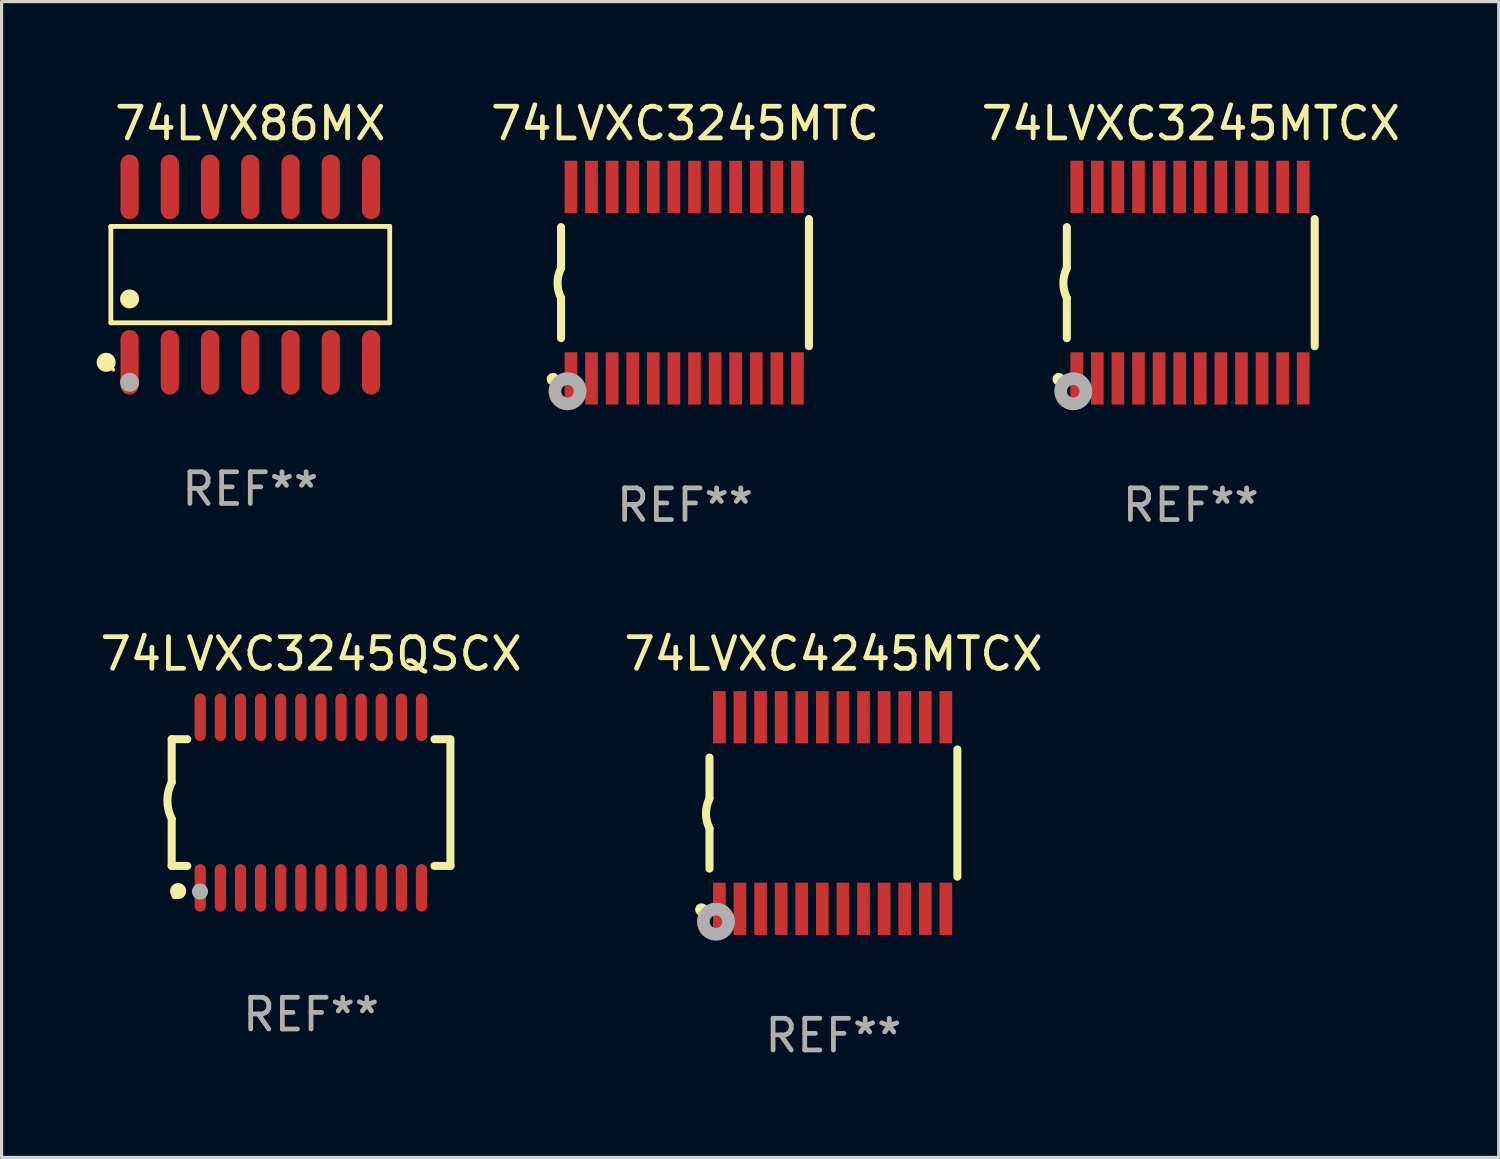
<source format=kicad_pcb>
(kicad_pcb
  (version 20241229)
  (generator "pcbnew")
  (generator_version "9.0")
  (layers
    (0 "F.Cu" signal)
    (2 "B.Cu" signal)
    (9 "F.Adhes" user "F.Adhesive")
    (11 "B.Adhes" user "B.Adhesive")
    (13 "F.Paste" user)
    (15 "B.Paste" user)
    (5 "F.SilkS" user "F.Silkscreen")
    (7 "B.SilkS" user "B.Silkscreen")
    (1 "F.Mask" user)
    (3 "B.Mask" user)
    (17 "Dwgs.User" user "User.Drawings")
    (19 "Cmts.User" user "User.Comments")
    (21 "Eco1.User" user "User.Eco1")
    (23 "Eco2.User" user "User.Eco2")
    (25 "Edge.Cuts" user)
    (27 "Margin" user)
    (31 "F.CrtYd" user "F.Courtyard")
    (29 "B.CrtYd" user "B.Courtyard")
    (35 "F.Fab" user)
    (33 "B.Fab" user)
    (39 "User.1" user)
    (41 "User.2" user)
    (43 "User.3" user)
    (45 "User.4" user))
  (footprint "74LVXC4245MTCX"
    (layer "F.Cu")
    (at 23.256 22.613)
    (property "Reference" "74LVXC4245MTCX" (at 0 -5.023 0) (layer "F.SilkS") (effects (font (size 1 1) (thickness 0.15))))
    (attr through_hole)
    (fp_line (start -3.912 -0.483) (end -3.912 -1.753) (stroke (width 0.254) (type solid)) (layer "F.SilkS"))
    (fp_line (start -3.912 1.753) (end -3.912 0.483) (stroke (width 0.254) (type solid)) (layer "F.SilkS"))
    (fp_line (start 3.912 -2.007) (end 3.912 2.007) (stroke (width 0.254) (type solid)) (layer "F.SilkS"))
    (fp_arc (start -3.911608 0.482601) (mid -4.022537 0.0127) (end -3.911608 -0.457201) (stroke (width 0.254001) (type solid)) (layer "F.SilkS"))
    (fp_circle (center -4.166 3.048) (end -4.066 3.048) (stroke (width 0.2) (type solid)) (fill no) (layer "F.SilkS"))
    (fp_circle (center -3.925 3.186) (end -3.895 3.186) (stroke (width 0.06) (type solid)) (fill no) (layer "F.SilkS"))
    (fp_circle (center -3.708 3.429) (end -3.509 3.429) (stroke (width 0.4) (type solid)) (fill no) (layer "F.Fab"))
    (fp_text user "REF**" (at 0 7.023 0) (layer "F.Fab") (effects (font (size 1 1) (thickness 0.15))))
    (pad "1" smd rect (at -3.6 3.023) (size 0.4 1.65) (layers "F.Cu" "F.Mask" "F.Paste"))
    (pad "2" smd rect (at -2.95 3.023) (size 0.4 1.65) (layers "F.Cu" "F.Mask" "F.Paste"))
    (pad "3" smd rect (at -2.3 3.023) (size 0.4 1.65) (layers "F.Cu" "F.Mask" "F.Paste"))
    (pad "4" smd rect (at -1.65 3.023) (size 0.4 1.65) (layers "F.Cu" "F.Mask" "F.Paste"))
    (pad "5" smd rect (at -1 3.023) (size 0.4 1.65) (layers "F.Cu" "F.Mask" "F.Paste"))
    (pad "6" smd rect (at -0.35 3.023) (size 0.4 1.65) (layers "F.Cu" "F.Mask" "F.Paste"))
    (pad "7" smd rect (at 0.299 3.023) (size 0.4 1.65) (layers "F.Cu" "F.Mask" "F.Paste"))
    (pad "8" smd rect (at 0.95 3.023) (size 0.4 1.65) (layers "F.Cu" "F.Mask" "F.Paste"))
    (pad "9" smd rect (at 1.6 3.023) (size 0.4 1.65) (layers "F.Cu" "F.Mask" "F.Paste"))
    (pad "10" smd rect (at 2.25 3.023) (size 0.4 1.65) (layers "F.Cu" "F.Mask" "F.Paste"))
    (pad "11" smd rect (at 2.9 3.023) (size 0.4 1.65) (layers "F.Cu" "F.Mask" "F.Paste"))
    (pad "12" smd rect (at 3.549 3.023) (size 0.4 1.65) (layers "F.Cu" "F.Mask" "F.Paste"))
    (pad "13" smd rect (at 3.549 -3.023) (size 0.4 1.65) (layers "F.Cu" "F.Mask" "F.Paste"))
    (pad "14" smd rect (at 2.9 -3.023) (size 0.4 1.65) (layers "F.Cu" "F.Mask" "F.Paste"))
    (pad "15" smd rect (at 2.25 -3.023) (size 0.4 1.65) (layers "F.Cu" "F.Mask" "F.Paste"))
    (pad "16" smd rect (at 1.6 -3.023) (size 0.4 1.65) (layers "F.Cu" "F.Mask" "F.Paste"))
    (pad "17" smd rect (at 0.95 -3.023) (size 0.4 1.65) (layers "F.Cu" "F.Mask" "F.Paste"))
    (pad "18" smd rect (at 0.299 -3.023) (size 0.4 1.65) (layers "F.Cu" "F.Mask" "F.Paste"))
    (pad "19" smd rect (at -0.35 -3.023) (size 0.4 1.65) (layers "F.Cu" "F.Mask" "F.Paste"))
    (pad "20" smd rect (at -1 -3.023) (size 0.4 1.65) (layers "F.Cu" "F.Mask" "F.Paste"))
    (pad "21" smd rect (at -1.65 -3.023) (size 0.4 1.65) (layers "F.Cu" "F.Mask" "F.Paste"))
    (pad "22" smd rect (at -2.3 -3.023) (size 0.4 1.65) (layers "F.Cu" "F.Mask" "F.Paste"))
    (pad "23" smd rect (at -2.95 -3.023) (size 0.4 1.65) (layers "F.Cu" "F.Mask" "F.Paste"))
    (pad "24" smd rect (at -3.6 -3.023) (size 0.4 1.65) (layers "F.Cu" "F.Mask" "F.Paste")))
  (footprint "74LVX86MX"
    (layer "F.Cu")
    (at 4.85 5.617)
    (property "Reference" "74LVX86MX" (at 0 -4.769 0) (layer "F.SilkS") (effects (font (size 1 1) (thickness 0.15))))
    (attr through_hole)
    (fp_line (start -4.401 -1.521) (end 4.401 -1.521) (stroke (width 0.152) (type solid)) (layer "F.SilkS"))
    (fp_line (start -4.401 1.521) (end -4.401 -1.521) (stroke (width 0.152) (type solid)) (layer "F.SilkS"))
    (fp_line (start 4.401 -1.521) (end 4.401 1.521) (stroke (width 0.152) (type solid)) (layer "F.SilkS"))
    (fp_line (start 4.401 1.521) (end -4.401 1.521) (stroke (width 0.152) (type solid)) (layer "F.SilkS"))
    (fp_circle (center -4.549 2.769) (end -4.399 2.769) (stroke (width 0.3) (type solid)) (fill no) (layer "F.SilkS"))
    (fp_circle (center -4.325 3) (end -4.295 3) (stroke (width 0.06) (type solid)) (fill no) (layer "F.SilkS"))
    (fp_circle (center -3.81 0.769) (end -3.66 0.769) (stroke (width 0.3) (type solid)) (fill no) (layer "F.SilkS"))
    (fp_circle (center -3.81 3.4) (end -3.66 3.4) (stroke (width 0.3) (type solid)) (fill no) (layer "F.Fab"))
    (fp_text user "REF**" (at 0 6.769 0) (layer "F.Fab") (effects (font (size 1 1) (thickness 0.15))))
    (pad "1" smd oval (at -3.81 2.769) (size 0.574 2.038) (layers "F.Cu" "F.Mask" "F.Paste"))
    (pad "2" smd oval (at -2.54 2.769) (size 0.574 2.038) (layers "F.Cu" "F.Mask" "F.Paste"))
    (pad "3" smd oval (at -1.27 2.769) (size 0.574 2.038) (layers "F.Cu" "F.Mask" "F.Paste"))
    (pad "4" smd oval (at 0 2.769) (size 0.574 2.038) (layers "F.Cu" "F.Mask" "F.Paste"))
    (pad "5" smd oval (at 1.27 2.769) (size 0.574 2.038) (layers "F.Cu" "F.Mask" "F.Paste"))
    (pad "6" smd oval (at 2.54 2.769) (size 0.574 2.038) (layers "F.Cu" "F.Mask" "F.Paste"))
    (pad "7" smd oval (at 3.81 2.769) (size 0.574 2.038) (layers "F.Cu" "F.Mask" "F.Paste"))
    (pad "8" smd oval (at 3.81 -2.769) (size 0.574 2.038) (layers "F.Cu" "F.Mask" "F.Paste"))
    (pad "9" smd oval (at 2.54 -2.769) (size 0.574 2.038) (layers "F.Cu" "F.Mask" "F.Paste"))
    (pad "10" smd oval (at 1.27 -2.769) (size 0.574 2.038) (layers "F.Cu" "F.Mask" "F.Paste"))
    (pad "11" smd oval (at 0 -2.769) (size 0.574 2.038) (layers "F.Cu" "F.Mask" "F.Paste"))
    (pad "12" smd oval (at -1.27 -2.769) (size 0.574 2.038) (layers "F.Cu" "F.Mask" "F.Paste"))
    (pad "13" smd oval (at -2.54 -2.769) (size 0.574 2.038) (layers "F.Cu" "F.Mask" "F.Paste"))
    (pad "14" smd oval (at -3.81 -2.769) (size 0.574 2.038) (layers "F.Cu" "F.Mask" "F.Paste")))
  (footprint "74LVXC3245MTC"
    (layer "F.Cu")
    (at 18.571 5.871)
    (property "Reference" "74LVXC3245MTC" (at 0 -5.023 0) (layer "F.SilkS") (effects (font (size 1 1) (thickness 0.15))))
    (attr through_hole)
    (fp_line (start -3.912 -0.483) (end -3.912 -1.753) (stroke (width 0.254) (type solid)) (layer "F.SilkS"))
    (fp_line (start -3.912 1.753) (end -3.912 0.483) (stroke (width 0.254) (type solid)) (layer "F.SilkS"))
    (fp_line (start 3.912 -2.007) (end 3.912 2.007) (stroke (width 0.254) (type solid)) (layer "F.SilkS"))
    (fp_arc (start -3.911608 0.482601) (mid -4.022537 0.0127) (end -3.911608 -0.457201) (stroke (width 0.254001) (type solid)) (layer "F.SilkS"))
    (fp_circle (center -4.166 3.048) (end -4.066 3.048) (stroke (width 0.2) (type solid)) (fill no) (layer "F.SilkS"))
    (fp_circle (center -3.925 3.186) (end -3.895 3.186) (stroke (width 0.06) (type solid)) (fill no) (layer "F.SilkS"))
    (fp_circle (center -3.708 3.429) (end -3.509 3.429) (stroke (width 0.4) (type solid)) (fill no) (layer "F.Fab"))
    (fp_text user "REF**" (at 0 7.023 0) (layer "F.Fab") (effects (font (size 1 1) (thickness 0.15))))
    (pad "1" smd rect (at -3.6 3.023) (size 0.4 1.65) (layers "F.Cu" "F.Mask" "F.Paste"))
    (pad "2" smd rect (at -2.95 3.023) (size 0.4 1.65) (layers "F.Cu" "F.Mask" "F.Paste"))
    (pad "3" smd rect (at -2.3 3.023) (size 0.4 1.65) (layers "F.Cu" "F.Mask" "F.Paste"))
    (pad "4" smd rect (at -1.65 3.023) (size 0.4 1.65) (layers "F.Cu" "F.Mask" "F.Paste"))
    (pad "5" smd rect (at -1 3.023) (size 0.4 1.65) (layers "F.Cu" "F.Mask" "F.Paste"))
    (pad "6" smd rect (at -0.35 3.023) (size 0.4 1.65) (layers "F.Cu" "F.Mask" "F.Paste"))
    (pad "7" smd rect (at 0.299 3.023) (size 0.4 1.65) (layers "F.Cu" "F.Mask" "F.Paste"))
    (pad "8" smd rect (at 0.95 3.023) (size 0.4 1.65) (layers "F.Cu" "F.Mask" "F.Paste"))
    (pad "9" smd rect (at 1.6 3.023) (size 0.4 1.65) (layers "F.Cu" "F.Mask" "F.Paste"))
    (pad "10" smd rect (at 2.25 3.023) (size 0.4 1.65) (layers "F.Cu" "F.Mask" "F.Paste"))
    (pad "11" smd rect (at 2.9 3.023) (size 0.4 1.65) (layers "F.Cu" "F.Mask" "F.Paste"))
    (pad "12" smd rect (at 3.549 3.023) (size 0.4 1.65) (layers "F.Cu" "F.Mask" "F.Paste"))
    (pad "13" smd rect (at 3.549 -3.023) (size 0.4 1.65) (layers "F.Cu" "F.Mask" "F.Paste"))
    (pad "14" smd rect (at 2.9 -3.023) (size 0.4 1.65) (layers "F.Cu" "F.Mask" "F.Paste"))
    (pad "15" smd rect (at 2.25 -3.023) (size 0.4 1.65) (layers "F.Cu" "F.Mask" "F.Paste"))
    (pad "16" smd rect (at 1.6 -3.023) (size 0.4 1.65) (layers "F.Cu" "F.Mask" "F.Paste"))
    (pad "17" smd rect (at 0.95 -3.023) (size 0.4 1.65) (layers "F.Cu" "F.Mask" "F.Paste"))
    (pad "18" smd rect (at 0.299 -3.023) (size 0.4 1.65) (layers "F.Cu" "F.Mask" "F.Paste"))
    (pad "19" smd rect (at -0.35 -3.023) (size 0.4 1.65) (layers "F.Cu" "F.Mask" "F.Paste"))
    (pad "20" smd rect (at -1 -3.023) (size 0.4 1.65) (layers "F.Cu" "F.Mask" "F.Paste"))
    (pad "21" smd rect (at -1.65 -3.023) (size 0.4 1.65) (layers "F.Cu" "F.Mask" "F.Paste"))
    (pad "22" smd rect (at -2.3 -3.023) (size 0.4 1.65) (layers "F.Cu" "F.Mask" "F.Paste"))
    (pad "23" smd rect (at -2.95 -3.023) (size 0.4 1.65) (layers "F.Cu" "F.Mask" "F.Paste"))
    (pad "24" smd rect (at -3.6 -3.023) (size 0.4 1.65) (layers "F.Cu" "F.Mask" "F.Paste")))
  (footprint "74LVXC3245MTCX"
    (layer "F.Cu")
    (at 34.535 5.871)
    (property "Reference" "74LVXC3245MTCX" (at 0 -5.023 0) (layer "F.SilkS") (effects (font (size 1 1) (thickness 0.15))))
    (attr through_hole)
    (fp_line (start -3.912 -0.483) (end -3.912 -1.753) (stroke (width 0.254) (type solid)) (layer "F.SilkS"))
    (fp_line (start -3.912 1.753) (end -3.912 0.483) (stroke (width 0.254) (type solid)) (layer "F.SilkS"))
    (fp_line (start 3.912 -2.007) (end 3.912 2.007) (stroke (width 0.254) (type solid)) (layer "F.SilkS"))
    (fp_arc (start -3.911608 0.482601) (mid -4.022537 0.0127) (end -3.911608 -0.457201) (stroke (width 0.254001) (type solid)) (layer "F.SilkS"))
    (fp_circle (center -4.166 3.048) (end -4.066 3.048) (stroke (width 0.2) (type solid)) (fill no) (layer "F.SilkS"))
    (fp_circle (center -3.925 3.186) (end -3.895 3.186) (stroke (width 0.06) (type solid)) (fill no) (layer "F.SilkS"))
    (fp_circle (center -3.708 3.429) (end -3.509 3.429) (stroke (width 0.4) (type solid)) (fill no) (layer "F.Fab"))
    (fp_text user "REF**" (at 0 7.023 0) (layer "F.Fab") (effects (font (size 1 1) (thickness 0.15))))
    (pad "1" smd rect (at -3.6 3.023) (size 0.4 1.65) (layers "F.Cu" "F.Mask" "F.Paste"))
    (pad "2" smd rect (at -2.95 3.023) (size 0.4 1.65) (layers "F.Cu" "F.Mask" "F.Paste"))
    (pad "3" smd rect (at -2.3 3.023) (size 0.4 1.65) (layers "F.Cu" "F.Mask" "F.Paste"))
    (pad "4" smd rect (at -1.65 3.023) (size 0.4 1.65) (layers "F.Cu" "F.Mask" "F.Paste"))
    (pad "5" smd rect (at -1 3.023) (size 0.4 1.65) (layers "F.Cu" "F.Mask" "F.Paste"))
    (pad "6" smd rect (at -0.35 3.023) (size 0.4 1.65) (layers "F.Cu" "F.Mask" "F.Paste"))
    (pad "7" smd rect (at 0.299 3.023) (size 0.4 1.65) (layers "F.Cu" "F.Mask" "F.Paste"))
    (pad "8" smd rect (at 0.95 3.023) (size 0.4 1.65) (layers "F.Cu" "F.Mask" "F.Paste"))
    (pad "9" smd rect (at 1.6 3.023) (size 0.4 1.65) (layers "F.Cu" "F.Mask" "F.Paste"))
    (pad "10" smd rect (at 2.25 3.023) (size 0.4 1.65) (layers "F.Cu" "F.Mask" "F.Paste"))
    (pad "11" smd rect (at 2.9 3.023) (size 0.4 1.65) (layers "F.Cu" "F.Mask" "F.Paste"))
    (pad "12" smd rect (at 3.549 3.023) (size 0.4 1.65) (layers "F.Cu" "F.Mask" "F.Paste"))
    (pad "13" smd rect (at 3.549 -3.023) (size 0.4 1.65) (layers "F.Cu" "F.Mask" "F.Paste"))
    (pad "14" smd rect (at 2.9 -3.023) (size 0.4 1.65) (layers "F.Cu" "F.Mask" "F.Paste"))
    (pad "15" smd rect (at 2.25 -3.023) (size 0.4 1.65) (layers "F.Cu" "F.Mask" "F.Paste"))
    (pad "16" smd rect (at 1.6 -3.023) (size 0.4 1.65) (layers "F.Cu" "F.Mask" "F.Paste"))
    (pad "17" smd rect (at 0.95 -3.023) (size 0.4 1.65) (layers "F.Cu" "F.Mask" "F.Paste"))
    (pad "18" smd rect (at 0.299 -3.023) (size 0.4 1.65) (layers "F.Cu" "F.Mask" "F.Paste"))
    (pad "19" smd rect (at -0.35 -3.023) (size 0.4 1.65) (layers "F.Cu" "F.Mask" "F.Paste"))
    (pad "20" smd rect (at -1 -3.023) (size 0.4 1.65) (layers "F.Cu" "F.Mask" "F.Paste"))
    (pad "21" smd rect (at -1.65 -3.023) (size 0.4 1.65) (layers "F.Cu" "F.Mask" "F.Paste"))
    (pad "22" smd rect (at -2.3 -3.023) (size 0.4 1.65) (layers "F.Cu" "F.Mask" "F.Paste"))
    (pad "23" smd rect (at -2.95 -3.023) (size 0.4 1.65) (layers "F.Cu" "F.Mask" "F.Paste"))
    (pad "24" smd rect (at -3.6 -3.023) (size 0.4 1.65) (layers "F.Cu" "F.Mask" "F.Paste")))
  (footprint "74LVXC3245QSCX"
    (layer "F.Cu")
    (at 6.768 22.282)
    (property "Reference" "74LVXC3245QSCX" (at 0 -4.692 0) (layer "F.SilkS") (effects (font (size 1 1) (thickness 0.15))))
    (attr through_hole)
    (fp_line (start -4.399 -2) (end -4.399 -0.635) (stroke (width 0.254) (type solid)) (layer "F.SilkS"))
    (fp_line (start -4.399 -2) (end -3.907 -2) (stroke (width 0.254) (type solid)) (layer "F.SilkS"))
    (fp_line (start -4.399 2) (end -4.399 0.508) (stroke (width 0.254) (type solid)) (layer "F.SilkS"))
    (fp_line (start -4.399 2) (end -3.907 2) (stroke (width 0.254) (type solid)) (layer "F.SilkS"))
    (fp_line (start 3.896 -2) (end 4.313 -2) (stroke (width 0.254) (type solid)) (layer "F.SilkS"))
    (fp_line (start 3.896 2) (end 4.399 2) (stroke (width 0.254) (type solid)) (layer "F.SilkS"))
    (fp_line (start 4.399 2) (end 4.399 -2) (stroke (width 0.254) (type solid)) (layer "F.SilkS"))
    (fp_arc (start -4.399301 0.508001) (mid -4.534214 -0.0635) (end -4.399301 -0.635001) (stroke (width 0.254001) (type solid)) (layer "F.SilkS"))
    (fp_circle (center -4.305 2.95) (end -4.255 2.95) (stroke (width 0.1) (type solid)) (fill no) (layer "F.SilkS"))
    (fp_circle (center -4.196 2.794) (end -4.069 2.794) (stroke (width 0.254) (type solid)) (fill no) (layer "F.SilkS"))
    (fp_circle (center -3.505 2.81) (end -3.378 2.81) (stroke (width 0.254) (type solid)) (fill no) (layer "F.Fab"))
    (fp_text user "REF**" (at 0 6.692 0) (layer "F.Fab") (effects (font (size 1 1) (thickness 0.15))))
    (pad "1" smd oval (at -3.498 2.692 90) (size 1.5 0.356) (layers "F.Cu" "F.Mask" "F.Paste"))
    (pad "2" smd oval (at -2.863 2.692 90) (size 1.5 0.356) (layers "F.Cu" "F.Mask" "F.Paste"))
    (pad "3" smd oval (at -2.228 2.692 90) (size 1.5 0.356) (layers "F.Cu" "F.Mask" "F.Paste"))
    (pad "4" smd oval (at -1.593 2.692 90) (size 1.5 0.356) (layers "F.Cu" "F.Mask" "F.Paste"))
    (pad "5" smd oval (at -0.958 2.692 90) (size 1.5 0.356) (layers "F.Cu" "F.Mask" "F.Paste"))
    (pad "6" smd oval (at -0.323 2.692 90) (size 1.5 0.356) (layers "F.Cu" "F.Mask" "F.Paste"))
    (pad "7" smd oval (at 0.312 2.692 90) (size 1.5 0.356) (layers "F.Cu" "F.Mask" "F.Paste"))
    (pad "8" smd oval (at 0.947 2.692 90) (size 1.5 0.356) (layers "F.Cu" "F.Mask" "F.Paste"))
    (pad "9" smd oval (at 1.582 2.692 90) (size 1.5 0.356) (layers "F.Cu" "F.Mask" "F.Paste"))
    (pad "10" smd oval (at 2.217 2.692 90) (size 1.5 0.356) (layers "F.Cu" "F.Mask" "F.Paste"))
    (pad "11" smd oval (at 2.852 2.692 90) (size 1.5 0.356) (layers "F.Cu" "F.Mask" "F.Paste"))
    (pad "12" smd oval (at 3.487 2.692 90) (size 1.5 0.356) (layers "F.Cu" "F.Mask" "F.Paste"))
    (pad "13" smd oval (at 3.487 -2.692 90) (size 1.5 0.356) (layers "F.Cu" "F.Mask" "F.Paste"))
    (pad "14" smd oval (at 2.852 -2.692 90) (size 1.5 0.356) (layers "F.Cu" "F.Mask" "F.Paste"))
    (pad "15" smd oval (at 2.217 -2.692 90) (size 1.5 0.356) (layers "F.Cu" "F.Mask" "F.Paste"))
    (pad "16" smd oval (at 1.582 -2.692 90) (size 1.5 0.356) (layers "F.Cu" "F.Mask" "F.Paste"))
    (pad "17" smd oval (at 0.947 -2.692 90) (size 1.5 0.356) (layers "F.Cu" "F.Mask" "F.Paste"))
    (pad "18" smd oval (at 0.312 -2.692 90) (size 1.5 0.356) (layers "F.Cu" "F.Mask" "F.Paste"))
    (pad "19" smd oval (at -0.323 -2.692 90) (size 1.5 0.356) (layers "F.Cu" "F.Mask" "F.Paste"))
    (pad "20" smd oval (at -0.958 -2.692 90) (size 1.5 0.356) (layers "F.Cu" "F.Mask" "F.Paste"))
    (pad "21" smd oval (at -1.593 -2.692 90) (size 1.5 0.356) (layers "F.Cu" "F.Mask" "F.Paste"))
    (pad "22" smd oval (at -2.228 -2.692 90) (size 1.5 0.356) (layers "F.Cu" "F.Mask" "F.Paste"))
    (pad "23" smd oval (at -2.863 -2.692 90) (size 1.5 0.356) (layers "F.Cu" "F.Mask" "F.Paste"))
    (pad "24" smd oval (at -3.498 -2.692 90) (size 1.5 0.356) (layers "F.Cu" "F.Mask" "F.Paste")))
  (gr_rect
    (start -3 -3)
    (end 44.256 33.483)
    (stroke (width 0.1) (type default))
    (fill no)
    (layer "Edge.Cuts")))
</source>
